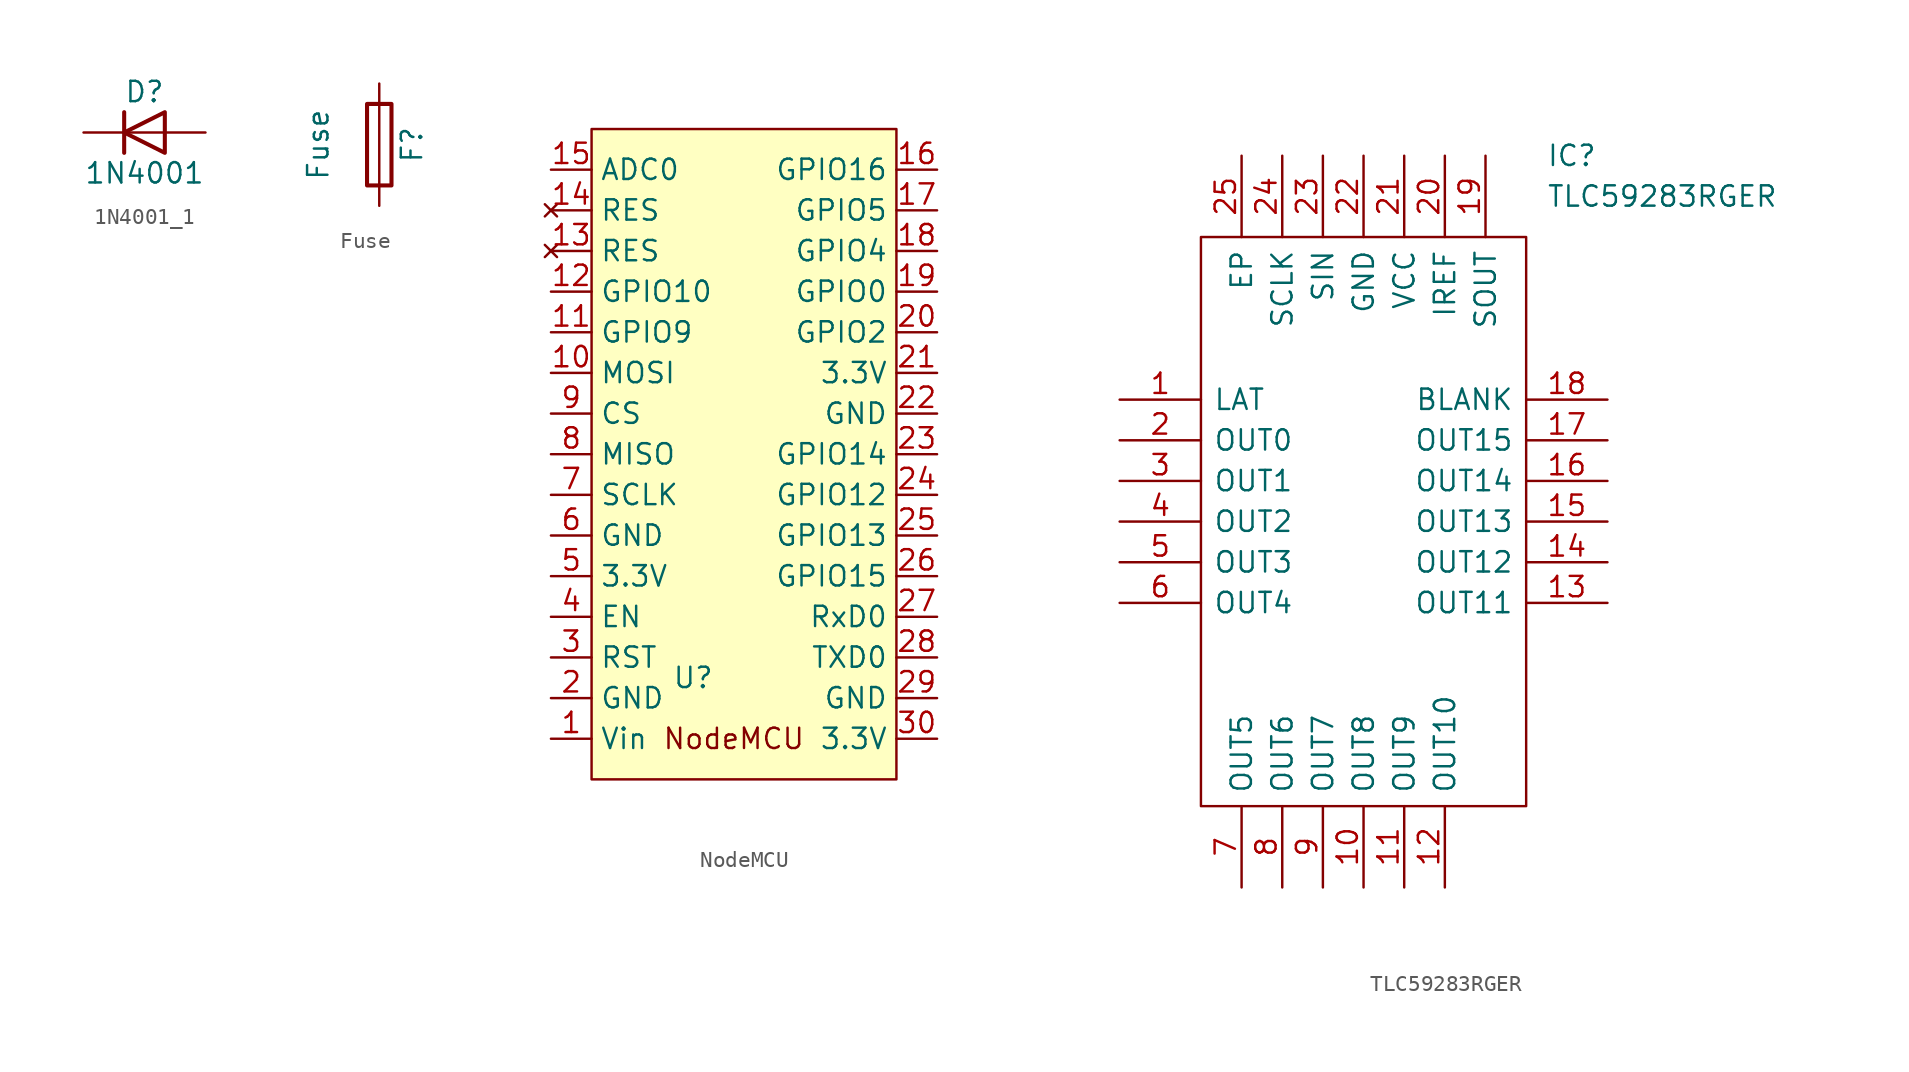
<source format=kicad_sym>
(kicad_symbol_lib
  (version 20220914)
  (generator kicad_symbol_editor)
  (symbol "1N4001_1"
    (pin_numbers hide)
    (pin_names hide)
    (property "Reference" "D"
      (at 0 2.54 0)
      (effects (font (size 1.27 1.27))))
    (property "Value" "1N4001"
      (at 0 -2.54 0)
      (effects (font (size 1.27 1.27))))
    (symbol "1N4001_1_0_1"
      (polyline (pts (xy -1.27 1.27) (xy -1.27 -1.27)) (stroke (width 0.254) (type default)) (fill (type none)))
      (polyline (pts (xy 1.27 0) (xy -1.27 0)) (stroke (width 0) (type default)) (fill (type none)))
      (polyline (pts (xy 1.27 1.27) (xy 1.27 -1.27) (xy -1.27 0) (xy 1.27 1.27)) (stroke (width 0.254) (type default)) (fill (type none))))
    (symbol "1N4001_1_1_1"
      (pin passive line (at -3.81 0 0) (length 2.54) (name "K" (effects (font (size 1.27 1.27)))) (number "1" (effects (font (size 1.27 1.27)))))
      (pin passive line (at 3.81 0 180) (length 2.54) (name "A" (effects (font (size 1.27 1.27)))) (number "2" (effects (font (size 1.27 1.27)))))))
  (symbol "Fuse"
    (pin_numbers hide)
    (pin_names
      (offset 0))
    (property "Reference" "F"
      (at 2.032 0 90)
      (effects (font (size 1.27 1.27))))
    (property "Value" "Fuse"
      (at -3.81 0 90)
      (effects (font (size 1.27 1.27))))
    (symbol "Fuse_0_1"
      (rectangle (start -0.762 -2.54) (end 0.762 2.54) (stroke (width 0.254) (type default)) (fill (type none)))
      (polyline (pts (xy 0 2.54) (xy 0 -2.54)) (stroke (width 0) (type default)) (fill (type none))))
    (symbol "Fuse_1_1"
      (pin passive line (at 0 3.81 270) (length 1.27) (name "~" (effects (font (size 1.27 1.27)))) (number "1" (effects (font (size 1.27 1.27)))))
      (pin passive line (at 0 -3.81 90) (length 1.27) (name "~" (effects (font (size 1.27 1.27)))) (number "2" (effects (font (size 1.27 1.27)))))))
  (symbol "NodeMCU"
    (property "Reference" "U"
      (at -11.43 -22.86 0)
      (effects (font (size 1.27 1.27))))
    (property "Value" ""
      (at -15.875 -20.32 0)
      (effects (font (size 1.27 1.27))))
    (symbol "NodeMCU_1_1"
      (rectangle (start -17.78 11.43) (end 1.27 -29.21) (stroke (width 0) (type default)) (fill (type background)))
      (text "NodeMCU" (at -8.89 -26.67 0) (effects (font (size 1.27 1.27))))
      (pin power_in line (at -20.32 -26.67 0) (length 2.54) (name "Vin" (effects (font (size 1.27 1.27)))) (number "1" (effects (font (size 1.27 1.27)))))
      (pin output line (at -20.32 -3.81 0) (length 2.54) (name "MOSI" (effects (font (size 1.27 1.27)))) (number "10" (effects (font (size 1.27 1.27)))))
      (pin bidirectional line (at -20.32 -1.27 0) (length 2.54) (name "GPIO9" (effects (font (size 1.27 1.27)))) (number "11" (effects (font (size 1.27 1.27)))))
      (pin bidirectional line (at -20.32 1.27 0) (length 2.54) (name "GPIO10" (effects (font (size 1.27 1.27)))) (number "12" (effects (font (size 1.27 1.27)))))
      (pin no_connect line (at -20.32 3.81 0) (length 2.54) (name "RES" (effects (font (size 1.27 1.27)))) (number "13" (effects (font (size 1.27 1.27)))))
      (pin no_connect line (at -20.32 6.35 0) (length 2.54) (name "RES" (effects (font (size 1.27 1.27)))) (number "14" (effects (font (size 1.27 1.27)))))
      (pin input line (at -20.32 8.89 0) (length 2.54) (name "ADC0" (effects (font (size 1.27 1.27)))) (number "15" (effects (font (size 1.27 1.27)))))
      (pin bidirectional line (at 3.81 8.89 180) (length 2.54) (name "GPIO16" (effects (font (size 1.27 1.27)))) (number "16" (effects (font (size 1.27 1.27)))))
      (pin bidirectional line (at 3.81 6.35 180) (length 2.54) (name "GPIO5" (effects (font (size 1.27 1.27)))) (number "17" (effects (font (size 1.27 1.27)))))
      (pin bidirectional line (at 3.81 3.81 180) (length 2.54) (name "GPIO4" (effects (font (size 1.27 1.27)))) (number "18" (effects (font (size 1.27 1.27)))))
      (pin bidirectional line (at 3.81 1.27 180) (length 2.54) (name "GPIO0" (effects (font (size 1.27 1.27)))) (number "19" (effects (font (size 1.27 1.27)))))
      (pin power_in line (at -20.32 -24.13 0) (length 2.54) (name "GND" (effects (font (size 1.27 1.27)))) (number "2" (effects (font (size 1.27 1.27)))))
      (pin bidirectional line (at 3.81 -1.27 180) (length 2.54) (name "GPIO2" (effects (font (size 1.27 1.27)))) (number "20" (effects (font (size 1.27 1.27)))))
      (pin power_in line (at 3.81 -3.81 180) (length 2.54) (name "3.3V" (effects (font (size 1.27 1.27)))) (number "21" (effects (font (size 1.27 1.27)))))
      (pin power_in line (at 3.81 -6.35 180) (length 2.54) (name "GND" (effects (font (size 1.27 1.27)))) (number "22" (effects (font (size 1.27 1.27)))))
      (pin bidirectional line (at 3.81 -8.89 180) (length 2.54) (name "GPIO14" (effects (font (size 1.27 1.27)))) (number "23" (effects (font (size 1.27 1.27)))))
      (pin bidirectional line (at 3.81 -11.43 180) (length 2.54) (name "GPIO12" (effects (font (size 1.27 1.27)))) (number "24" (effects (font (size 1.27 1.27)))))
      (pin bidirectional line (at 3.81 -13.97 180) (length 2.54) (name "GPIO13" (effects (font (size 1.27 1.27)))) (number "25" (effects (font (size 1.27 1.27)))))
      (pin bidirectional line (at 3.81 -16.51 180) (length 2.54) (name "GPIO15" (effects (font (size 1.27 1.27)))) (number "26" (effects (font (size 1.27 1.27)))))
      (pin input line (at 3.81 -19.05 180) (length 2.54) (name "RxD0" (effects (font (size 1.27 1.27)))) (number "27" (effects (font (size 1.27 1.27)))))
      (pin output line (at 3.81 -21.59 180) (length 2.54) (name "TXD0" (effects (font (size 1.27 1.27)))) (number "28" (effects (font (size 1.27 1.27)))))
      (pin power_in line (at 3.81 -24.13 180) (length 2.54) (name "GND" (effects (font (size 1.27 1.27)))) (number "29" (effects (font (size 1.27 1.27)))))
      (pin input line (at -20.32 -21.59 0) (length 2.54) (name "RST" (effects (font (size 1.27 1.27)))) (number "3" (effects (font (size 1.27 1.27)))))
      (pin power_in line (at 3.81 -26.67 180) (length 2.54) (name "3.3V" (effects (font (size 1.27 1.27)))) (number "30" (effects (font (size 1.27 1.27)))))
      (pin input line (at -20.32 -19.05 0) (length 2.54) (name "EN" (effects (font (size 1.27 1.27)))) (number "4" (effects (font (size 1.27 1.27)))))
      (pin power_in line (at -20.32 -16.51 0) (length 2.54) (name "3.3V" (effects (font (size 1.27 1.27)))) (number "5" (effects (font (size 1.27 1.27)))))
      (pin power_in line (at -20.32 -13.97 0) (length 2.54) (name "GND" (effects (font (size 1.27 1.27)))) (number "6" (effects (font (size 1.27 1.27)))))
      (pin output line (at -20.32 -11.43 0) (length 2.54) (name "SCLK" (effects (font (size 1.27 1.27)))) (number "7" (effects (font (size 1.27 1.27)))))
      (pin input line (at -20.32 -8.89 0) (length 2.54) (name "MISO" (effects (font (size 1.27 1.27)))) (number "8" (effects (font (size 1.27 1.27)))))
      (pin output line (at -20.32 -6.35 0) (length 2.54) (name "CS" (effects (font (size 1.27 1.27)))) (number "9" (effects (font (size 1.27 1.27)))))))
  (symbol "TLC59283RGER"
    (pin_names
      (offset 0.762))
    (property "Reference" "IC"
      (at 26.67 15.24 0)
      (effects (font (size 1.27 1.27)) (justify left)))
    (property "Value" "TLC59283RGER"
      (at 26.67 12.7 0)
      (effects (font (size 1.27 1.27)) (justify left)))
    (symbol "TLC59283RGER_0_0"
      (pin passive line (at 0 0 0) (length 5.08) (name "LAT" (effects (font (size 1.27 1.27)))) (number "1" (effects (font (size 1.27 1.27)))))
      (pin passive line (at 15.24 -30.48 90) (length 5.08) (name "OUT8" (effects (font (size 1.27 1.27)))) (number "10" (effects (font (size 1.27 1.27)))))
      (pin passive line (at 17.78 -30.48 90) (length 5.08) (name "OUT9" (effects (font (size 1.27 1.27)))) (number "11" (effects (font (size 1.27 1.27)))))
      (pin passive line (at 20.32 -30.48 90) (length 5.08) (name "OUT10" (effects (font (size 1.27 1.27)))) (number "12" (effects (font (size 1.27 1.27)))))
      (pin passive line (at 30.48 -12.7 180) (length 5.08) (name "OUT11" (effects (font (size 1.27 1.27)))) (number "13" (effects (font (size 1.27 1.27)))))
      (pin passive line (at 30.48 -10.16 180) (length 5.08) (name "OUT12" (effects (font (size 1.27 1.27)))) (number "14" (effects (font (size 1.27 1.27)))))
      (pin passive line (at 30.48 -7.62 180) (length 5.08) (name "OUT13" (effects (font (size 1.27 1.27)))) (number "15" (effects (font (size 1.27 1.27)))))
      (pin passive line (at 30.48 -5.08 180) (length 5.08) (name "OUT14" (effects (font (size 1.27 1.27)))) (number "16" (effects (font (size 1.27 1.27)))))
      (pin passive line (at 30.48 -2.54 180) (length 5.08) (name "OUT15" (effects (font (size 1.27 1.27)))) (number "17" (effects (font (size 1.27 1.27)))))
      (pin passive line (at 30.48 0 180) (length 5.08) (name "BLANK" (effects (font (size 1.27 1.27)))) (number "18" (effects (font (size 1.27 1.27)))))
      (pin passive line (at 22.86 15.24 270) (length 5.08) (name "SOUT" (effects (font (size 1.27 1.27)))) (number "19" (effects (font (size 1.27 1.27)))))
      (pin passive line (at 0 -2.54 0) (length 5.08) (name "OUT0" (effects (font (size 1.27 1.27)))) (number "2" (effects (font (size 1.27 1.27)))))
      (pin passive line (at 20.32 15.24 270) (length 5.08) (name "IREF" (effects (font (size 1.27 1.27)))) (number "20" (effects (font (size 1.27 1.27)))))
      (pin passive line (at 17.78 15.24 270) (length 5.08) (name "VCC" (effects (font (size 1.27 1.27)))) (number "21" (effects (font (size 1.27 1.27)))))
      (pin passive line (at 15.24 15.24 270) (length 5.08) (name "GND" (effects (font (size 1.27 1.27)))) (number "22" (effects (font (size 1.27 1.27)))))
      (pin passive line (at 12.7 15.24 270) (length 5.08) (name "SIN" (effects (font (size 1.27 1.27)))) (number "23" (effects (font (size 1.27 1.27)))))
      (pin passive line (at 10.16 15.24 270) (length 5.08) (name "SCLK" (effects (font (size 1.27 1.27)))) (number "24" (effects (font (size 1.27 1.27)))))
      (pin passive line (at 7.62 15.24 270) (length 5.08) (name "EP" (effects (font (size 1.27 1.27)))) (number "25" (effects (font (size 1.27 1.27)))))
      (pin passive line (at 0 -5.08 0) (length 5.08) (name "OUT1" (effects (font (size 1.27 1.27)))) (number "3" (effects (font (size 1.27 1.27)))))
      (pin passive line (at 0 -7.62 0) (length 5.08) (name "OUT2" (effects (font (size 1.27 1.27)))) (number "4" (effects (font (size 1.27 1.27)))))
      (pin passive line (at 0 -10.16 0) (length 5.08) (name "OUT3" (effects (font (size 1.27 1.27)))) (number "5" (effects (font (size 1.27 1.27)))))
      (pin passive line (at 0 -12.7 0) (length 5.08) (name "OUT4" (effects (font (size 1.27 1.27)))) (number "6" (effects (font (size 1.27 1.27)))))
      (pin passive line (at 7.62 -30.48 90) (length 5.08) (name "OUT5" (effects (font (size 1.27 1.27)))) (number "7" (effects (font (size 1.27 1.27)))))
      (pin passive line (at 10.16 -30.48 90) (length 5.08) (name "OUT6" (effects (font (size 1.27 1.27)))) (number "8" (effects (font (size 1.27 1.27)))))
      (pin passive line (at 12.7 -30.48 90) (length 5.08) (name "OUT7" (effects (font (size 1.27 1.27)))) (number "9" (effects (font (size 1.27 1.27))))))
    (symbol "TLC59283RGER_0_1"
      (polyline (pts (xy 5.08 10.16) (xy 25.4 10.16) (xy 25.4 -25.4) (xy 5.08 -25.4) (xy 5.08 10.16)) (stroke (width 0.152) (type default)) (fill (type none))))))
</source>
